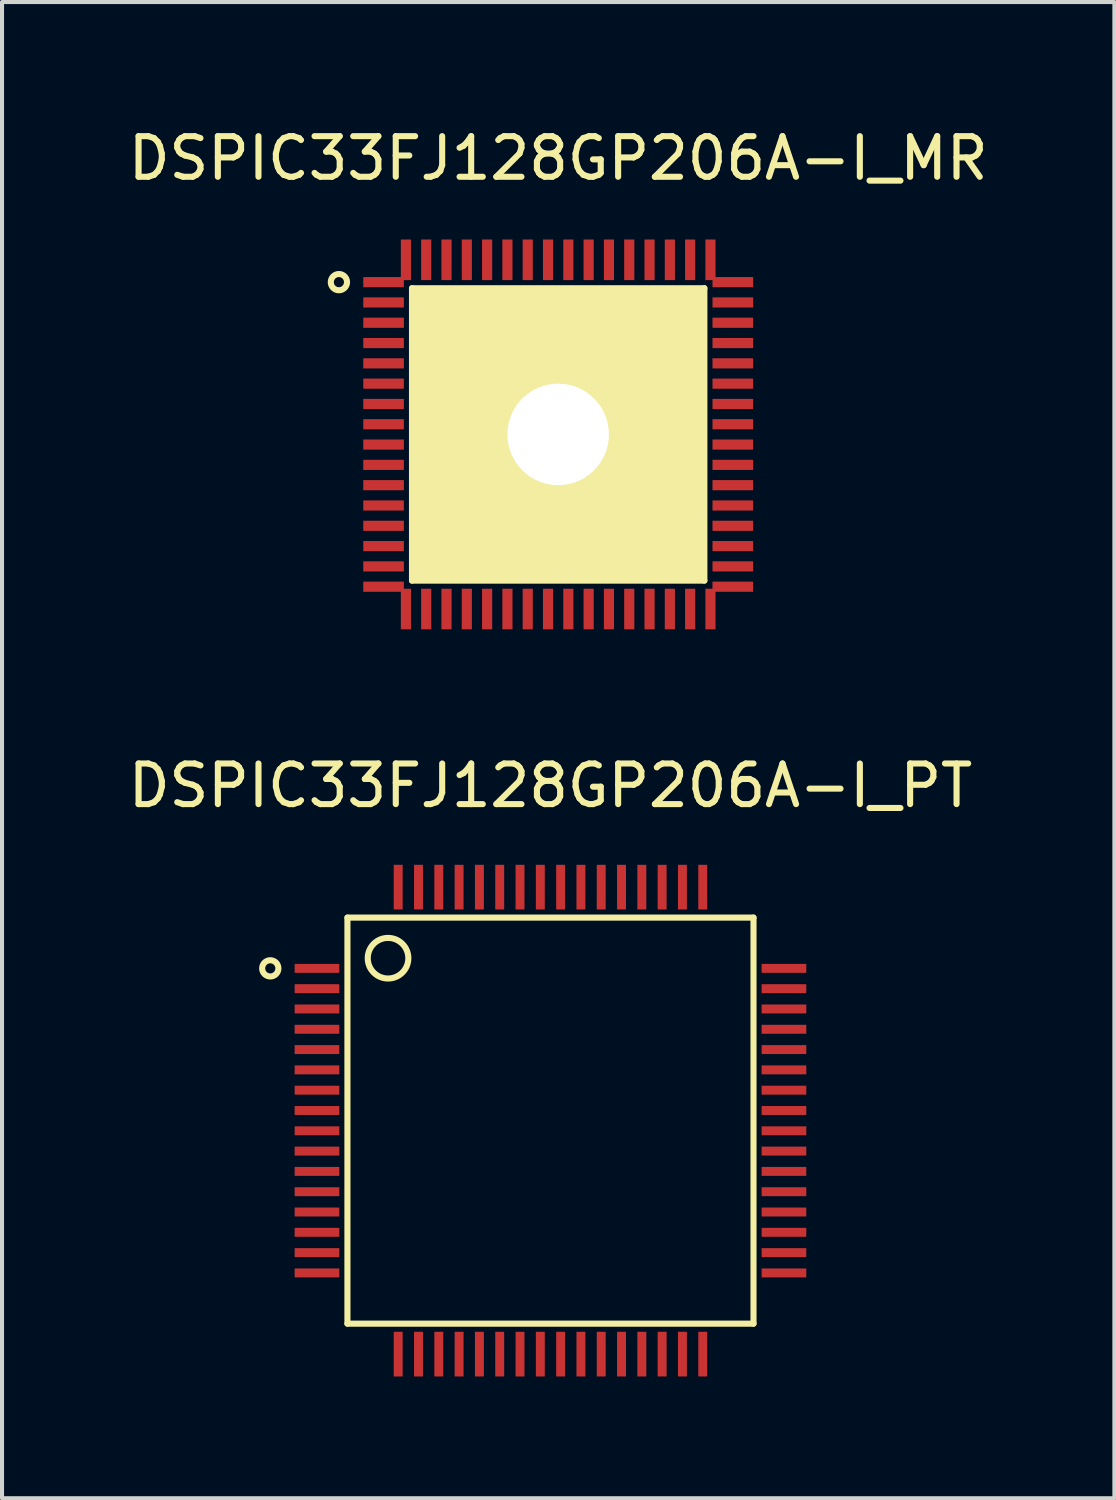
<source format=kicad_pcb>
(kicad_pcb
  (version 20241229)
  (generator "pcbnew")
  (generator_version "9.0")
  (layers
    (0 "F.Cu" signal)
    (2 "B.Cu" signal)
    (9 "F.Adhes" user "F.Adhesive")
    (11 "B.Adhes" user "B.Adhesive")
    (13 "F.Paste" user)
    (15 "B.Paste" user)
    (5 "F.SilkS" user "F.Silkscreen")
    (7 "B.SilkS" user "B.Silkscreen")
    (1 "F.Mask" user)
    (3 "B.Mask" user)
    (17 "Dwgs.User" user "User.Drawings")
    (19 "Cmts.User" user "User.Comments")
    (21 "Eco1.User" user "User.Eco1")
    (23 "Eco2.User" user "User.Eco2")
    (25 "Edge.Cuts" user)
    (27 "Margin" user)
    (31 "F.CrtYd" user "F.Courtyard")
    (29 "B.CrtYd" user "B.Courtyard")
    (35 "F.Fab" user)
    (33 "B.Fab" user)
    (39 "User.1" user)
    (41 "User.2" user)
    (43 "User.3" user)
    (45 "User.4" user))
  (footprint "DSPIC33FJ128GP206A-I_PT"
    (layer "F.Cu")
    (at 4.756 18.797)
    (property "Reference" "DSPIC33FJ128GP206A-I_PT" (at 5.75 -2.5 0) (layer "F.SilkS") (effects (font (size 1 1) (thickness 0.15))))
    (attr through_hole)
    (fp_line (start 0.75 0.75) (end 0.75 10.75) (stroke (width 0.15) (type solid)) (layer "F.SilkS"))
    (fp_line (start 0.75 0.75) (end 10.75 0.75) (stroke (width 0.15) (type solid)) (layer "F.SilkS"))
    (fp_line (start 0.75 10.75) (end 10.75 10.75) (stroke (width 0.15) (type solid)) (layer "F.SilkS"))
    (fp_line (start 10.75 10.75) (end 10.75 0.75) (stroke (width 0.15) (type solid)) (layer "F.SilkS"))
    (fp_circle (center -1.15 2) (end -1.15 1.8) (stroke (width 0.15) (type solid)) (fill no) (layer "F.SilkS"))
    (fp_circle (center 1.75 1.75) (end 1.75 1.25) (stroke (width 0.15) (type solid)) (fill no) (layer "F.SilkS"))
    (pad "1" smd rect (at 0 2) (size 1.1 0.22) (layers "F.Cu" "F.Mask" "F.Paste"))
    (pad "2" smd rect (at 0 2.5) (size 1.1 0.22) (layers "F.Cu" "F.Mask" "F.Paste"))
    (pad "3" smd rect (at 0 3) (size 1.1 0.22) (layers "F.Cu" "F.Mask" "F.Paste"))
    (pad "4" smd rect (at 0 3.5) (size 1.1 0.22) (layers "F.Cu" "F.Mask" "F.Paste"))
    (pad "5" smd rect (at 0 4) (size 1.1 0.22) (layers "F.Cu" "F.Mask" "F.Paste"))
    (pad "6" smd rect (at 0 4.5) (size 1.1 0.22) (layers "F.Cu" "F.Mask" "F.Paste"))
    (pad "7" smd rect (at 0 5) (size 1.1 0.22) (layers "F.Cu" "F.Mask" "F.Paste"))
    (pad "8" smd rect (at 0 5.5) (size 1.1 0.22) (layers "F.Cu" "F.Mask" "F.Paste"))
    (pad "9" smd rect (at 0 6) (size 1.1 0.22) (layers "F.Cu" "F.Mask" "F.Paste"))
    (pad "10" smd rect (at 0 6.5) (size 1.1 0.22) (layers "F.Cu" "F.Mask" "F.Paste"))
    (pad "11" smd rect (at 0 7) (size 1.1 0.22) (layers "F.Cu" "F.Mask" "F.Paste"))
    (pad "12" smd rect (at 0 7.5) (size 1.1 0.22) (layers "F.Cu" "F.Mask" "F.Paste"))
    (pad "13" smd rect (at 0 8) (size 1.1 0.22) (layers "F.Cu" "F.Mask" "F.Paste"))
    (pad "14" smd rect (at 0 8.5) (size 1.1 0.22) (layers "F.Cu" "F.Mask" "F.Paste"))
    (pad "15" smd rect (at 0 9) (size 1.1 0.22) (layers "F.Cu" "F.Mask" "F.Paste"))
    (pad "16" smd rect (at 0 9.5) (size 1.1 0.22) (layers "F.Cu" "F.Mask" "F.Paste"))
    (pad "17" smd rect (at 2 11.5) (size 0.22 1.1) (layers "F.Cu" "F.Mask" "F.Paste"))
    (pad "18" smd rect (at 2.5 11.5) (size 0.22 1.1) (layers "F.Cu" "F.Mask" "F.Paste"))
    (pad "19" smd rect (at 3 11.5) (size 0.22 1.1) (layers "F.Cu" "F.Mask" "F.Paste"))
    (pad "20" smd rect (at 3.5 11.5) (size 0.22 1.1) (layers "F.Cu" "F.Mask" "F.Paste"))
    (pad "21" smd rect (at 4 11.5) (size 0.22 1.1) (layers "F.Cu" "F.Mask" "F.Paste"))
    (pad "22" smd rect (at 4.5 11.5) (size 0.22 1.1) (layers "F.Cu" "F.Mask" "F.Paste"))
    (pad "23" smd rect (at 5 11.5) (size 0.22 1.1) (layers "F.Cu" "F.Mask" "F.Paste"))
    (pad "24" smd rect (at 5.5 11.5) (size 0.22 1.1) (layers "F.Cu" "F.Mask" "F.Paste"))
    (pad "25" smd rect (at 6 11.5) (size 0.22 1.1) (layers "F.Cu" "F.Mask" "F.Paste"))
    (pad "26" smd rect (at 6.5 11.5) (size 0.22 1.1) (layers "F.Cu" "F.Mask" "F.Paste"))
    (pad "27" smd rect (at 7 11.5) (size 0.22 1.1) (layers "F.Cu" "F.Mask" "F.Paste"))
    (pad "28" smd rect (at 7.5 11.5) (size 0.22 1.1) (layers "F.Cu" "F.Mask" "F.Paste"))
    (pad "29" smd rect (at 8 11.5) (size 0.22 1.1) (layers "F.Cu" "F.Mask" "F.Paste"))
    (pad "30" smd rect (at 8.5 11.5) (size 0.22 1.1) (layers "F.Cu" "F.Mask" "F.Paste"))
    (pad "31" smd rect (at 9 11.5) (size 0.22 1.1) (layers "F.Cu" "F.Mask" "F.Paste"))
    (pad "32" smd rect (at 9.5 11.5) (size 0.22 1.1) (layers "F.Cu" "F.Mask" "F.Paste"))
    (pad "33" smd rect (at 11.5 9.5) (size 1.1 0.22) (layers "F.Cu" "F.Mask" "F.Paste"))
    (pad "34" smd rect (at 11.5 9) (size 1.1 0.22) (layers "F.Cu" "F.Mask" "F.Paste"))
    (pad "35" smd rect (at 11.5 8.5) (size 1.1 0.22) (layers "F.Cu" "F.Mask" "F.Paste"))
    (pad "36" smd rect (at 11.5 8) (size 1.1 0.22) (layers "F.Cu" "F.Mask" "F.Paste"))
    (pad "37" smd rect (at 11.5 7.5) (size 1.1 0.22) (layers "F.Cu" "F.Mask" "F.Paste"))
    (pad "38" smd rect (at 11.5 7) (size 1.1 0.22) (layers "F.Cu" "F.Mask" "F.Paste"))
    (pad "39" smd rect (at 11.5 6.5) (size 1.1 0.22) (layers "F.Cu" "F.Mask" "F.Paste"))
    (pad "40" smd rect (at 11.5 6) (size 1.1 0.22) (layers "F.Cu" "F.Mask" "F.Paste"))
    (pad "41" smd rect (at 11.5 5.5) (size 1.1 0.22) (layers "F.Cu" "F.Mask" "F.Paste"))
    (pad "42" smd rect (at 11.5 5) (size 1.1 0.22) (layers "F.Cu" "F.Mask" "F.Paste"))
    (pad "43" smd rect (at 11.5 4.5) (size 1.1 0.22) (layers "F.Cu" "F.Mask" "F.Paste"))
    (pad "44" smd rect (at 11.5 4) (size 1.1 0.22) (layers "F.Cu" "F.Mask" "F.Paste"))
    (pad "45" smd rect (at 11.5 3.5) (size 1.1 0.22) (layers "F.Cu" "F.Mask" "F.Paste"))
    (pad "46" smd rect (at 11.5 3) (size 1.1 0.22) (layers "F.Cu" "F.Mask" "F.Paste"))
    (pad "47" smd rect (at 11.5 2.5) (size 1.1 0.22) (layers "F.Cu" "F.Mask" "F.Paste"))
    (pad "48" smd rect (at 11.5 2) (size 1.1 0.22) (layers "F.Cu" "F.Mask" "F.Paste"))
    (pad "49" smd rect (at 9.5 0) (size 0.22 1.1) (layers "F.Cu" "F.Mask" "F.Paste"))
    (pad "50" smd rect (at 9 0) (size 0.22 1.1) (layers "F.Cu" "F.Mask" "F.Paste"))
    (pad "51" smd rect (at 8.5 0) (size 0.22 1.1) (layers "F.Cu" "F.Mask" "F.Paste"))
    (pad "52" smd rect (at 8 0) (size 0.22 1.1) (layers "F.Cu" "F.Mask" "F.Paste"))
    (pad "53" smd rect (at 7.5 0) (size 0.22 1.1) (layers "F.Cu" "F.Mask" "F.Paste"))
    (pad "54" smd rect (at 7 0) (size 0.22 1.1) (layers "F.Cu" "F.Mask" "F.Paste"))
    (pad "55" smd rect (at 6.5 0) (size 0.22 1.1) (layers "F.Cu" "F.Mask" "F.Paste"))
    (pad "56" smd rect (at 6 0) (size 0.22 1.1) (layers "F.Cu" "F.Mask" "F.Paste"))
    (pad "57" smd rect (at 5.5 0) (size 0.22 1.1) (layers "F.Cu" "F.Mask" "F.Paste"))
    (pad "58" smd rect (at 5 0) (size 0.22 1.1) (layers "F.Cu" "F.Mask" "F.Paste"))
    (pad "59" smd rect (at 4.5 0) (size 0.22 1.1) (layers "F.Cu" "F.Mask" "F.Paste"))
    (pad "60" smd rect (at 4 0) (size 0.22 1.1) (layers "F.Cu" "F.Mask" "F.Paste"))
    (pad "61" smd rect (at 3.5 0) (size 0.22 1.1) (layers "F.Cu" "F.Mask" "F.Paste"))
    (pad "62" smd rect (at 3 0) (size 0.22 1.1) (layers "F.Cu" "F.Mask" "F.Paste"))
    (pad "63" smd rect (at 2.5 0) (size 0.22 1.1) (layers "F.Cu" "F.Mask" "F.Paste"))
    (pad "64" smd rect (at 2 0) (size 0.22 1.1) (layers "F.Cu" "F.Mask" "F.Paste")))
  (footprint "DSPIC33FJ128GP206A-I_MR"
    (layer "F.Cu")
    (at 6.396 3.348)
    (property "Reference" "DSPIC33FJ128GP206A-I_MR" (at 4.3 -2.5 0) (layer "F.SilkS") (effects (font (size 1 1) (thickness 0.15))))
    (attr through_hole)
    (fp_line (start 0.7 0.7) (end 0.7 7.9) (stroke (width 0.15) (type solid)) (layer "F.SilkS"))
    (fp_line (start 0.7 0.7) (end 7.9 0.7) (stroke (width 0.15) (type solid)) (layer "F.SilkS"))
    (fp_line (start 0.7 7.9) (end 7.9 7.9) (stroke (width 0.15) (type solid)) (layer "F.SilkS"))
    (fp_line (start 7.9 7.9) (end 7.9 0.7) (stroke (width 0.15) (type solid)) (layer "F.SilkS"))
    (fp_circle (center -1.1 0.55) (end -1.1 0.35) (stroke (width 0.15) (type solid)) (fill no) (layer "F.SilkS"))
    (fp_circle (center 1.7 1.7) (end 1.7 1.2) (stroke (width 0.15) (type solid)) (fill no) (layer "F.SilkS"))
    (pad "1" smd rect (at 0 0.55) (size 1 0.25) (layers "F.Cu" "F.Mask" "F.Paste"))
    (pad "2" smd rect (at 0 1.05) (size 1 0.25) (layers "F.Cu" "F.Mask" "F.Paste"))
    (pad "3" smd rect (at 0 1.55) (size 1 0.25) (layers "F.Cu" "F.Mask" "F.Paste"))
    (pad "4" smd rect (at 0 2.05) (size 1 0.25) (layers "F.Cu" "F.Mask" "F.Paste"))
    (pad "5" smd rect (at 0 2.55) (size 1 0.25) (layers "F.Cu" "F.Mask" "F.Paste"))
    (pad "6" smd rect (at 0 3.05) (size 1 0.25) (layers "F.Cu" "F.Mask" "F.Paste"))
    (pad "7" smd rect (at 0 3.55) (size 1 0.25) (layers "F.Cu" "F.Mask" "F.Paste"))
    (pad "8" smd rect (at 0 4.05) (size 1 0.25) (layers "F.Cu" "F.Mask" "F.Paste"))
    (pad "9" smd rect (at 0 4.55) (size 1 0.25) (layers "F.Cu" "F.Mask" "F.Paste"))
    (pad "10" smd rect (at 0 5.05) (size 1 0.25) (layers "F.Cu" "F.Mask" "F.Paste"))
    (pad "11" smd rect (at 0 5.55) (size 1 0.25) (layers "F.Cu" "F.Mask" "F.Paste"))
    (pad "12" smd rect (at 0 6.05) (size 1 0.25) (layers "F.Cu" "F.Mask" "F.Paste"))
    (pad "13" smd rect (at 0 6.55) (size 1 0.25) (layers "F.Cu" "F.Mask" "F.Paste"))
    (pad "14" smd rect (at 0 7.05) (size 1 0.25) (layers "F.Cu" "F.Mask" "F.Paste"))
    (pad "15" smd rect (at 0 7.55) (size 1 0.25) (layers "F.Cu" "F.Mask" "F.Paste"))
    (pad "16" smd rect (at 0 8.05) (size 1 0.25) (layers "F.Cu" "F.Mask" "F.Paste"))
    (pad "17" smd rect (at 0.55 8.6) (size 0.25 1) (layers "F.Cu" "F.Mask" "F.Paste"))
    (pad "18" smd rect (at 1.05 8.6) (size 0.25 1) (layers "F.Cu" "F.Mask" "F.Paste"))
    (pad "19" smd rect (at 1.55 8.6) (size 0.25 1) (layers "F.Cu" "F.Mask" "F.Paste"))
    (pad "20" smd rect (at 2.05 8.6) (size 0.25 1) (layers "F.Cu" "F.Mask" "F.Paste"))
    (pad "21" smd rect (at 2.55 8.6) (size 0.25 1) (layers "F.Cu" "F.Mask" "F.Paste"))
    (pad "22" smd rect (at 3.05 8.6) (size 0.25 1) (layers "F.Cu" "F.Mask" "F.Paste"))
    (pad "23" smd rect (at 3.55 8.6) (size 0.25 1) (layers "F.Cu" "F.Mask" "F.Paste"))
    (pad "24" smd rect (at 4.05 8.6) (size 0.25 1) (layers "F.Cu" "F.Mask" "F.Paste"))
    (pad "25" smd rect (at 4.55 8.6) (size 0.25 1) (layers "F.Cu" "F.Mask" "F.Paste"))
    (pad "26" smd rect (at 5.05 8.6) (size 0.25 1) (layers "F.Cu" "F.Mask" "F.Paste"))
    (pad "27" smd rect (at 5.55 8.6) (size 0.25 1) (layers "F.Cu" "F.Mask" "F.Paste"))
    (pad "28" smd rect (at 6.05 8.6) (size 0.25 1) (layers "F.Cu" "F.Mask" "F.Paste"))
    (pad "29" smd rect (at 6.55 8.6) (size 0.25 1) (layers "F.Cu" "F.Mask" "F.Paste"))
    (pad "30" smd rect (at 7.05 8.6) (size 0.25 1) (layers "F.Cu" "F.Mask" "F.Paste"))
    (pad "31" smd rect (at 7.55 8.6) (size 0.25 1) (layers "F.Cu" "F.Mask" "F.Paste"))
    (pad "32" smd rect (at 8.05 8.6) (size 0.25 1) (layers "F.Cu" "F.Mask" "F.Paste"))
    (pad "33" smd rect (at 8.6 8.05) (size 1 0.25) (layers "F.Cu" "F.Mask" "F.Paste"))
    (pad "34" smd rect (at 8.6 7.55) (size 1 0.25) (layers "F.Cu" "F.Mask" "F.Paste"))
    (pad "35" smd rect (at 8.6 7.05) (size 1 0.25) (layers "F.Cu" "F.Mask" "F.Paste"))
    (pad "36" smd rect (at 8.6 6.55) (size 1 0.25) (layers "F.Cu" "F.Mask" "F.Paste"))
    (pad "37" smd rect (at 8.6 6.05) (size 1 0.25) (layers "F.Cu" "F.Mask" "F.Paste"))
    (pad "38" smd rect (at 8.6 5.55) (size 1 0.25) (layers "F.Cu" "F.Mask" "F.Paste"))
    (pad "39" smd rect (at 8.6 5.05) (size 1 0.25) (layers "F.Cu" "F.Mask" "F.Paste"))
    (pad "40" smd rect (at 8.6 4.55) (size 1 0.25) (layers "F.Cu" "F.Mask" "F.Paste"))
    (pad "41" smd rect (at 8.6 4.05) (size 1 0.25) (layers "F.Cu" "F.Mask" "F.Paste"))
    (pad "42" smd rect (at 8.6 3.55) (size 1 0.25) (layers "F.Cu" "F.Mask" "F.Paste"))
    (pad "43" smd rect (at 8.6 3.05) (size 1 0.25) (layers "F.Cu" "F.Mask" "F.Paste"))
    (pad "44" smd rect (at 8.6 2.55) (size 1 0.25) (layers "F.Cu" "F.Mask" "F.Paste"))
    (pad "45" smd rect (at 8.6 2.05) (size 1 0.25) (layers "F.Cu" "F.Mask" "F.Paste"))
    (pad "46" smd rect (at 8.6 1.55) (size 1 0.25) (layers "F.Cu" "F.Mask" "F.Paste"))
    (pad "47" smd rect (at 8.6 1.05) (size 1 0.25) (layers "F.Cu" "F.Mask" "F.Paste"))
    (pad "48" smd rect (at 8.6 0.55) (size 1 0.25) (layers "F.Cu" "F.Mask" "F.Paste"))
    (pad "49" smd rect (at 8.05 0) (size 0.25 1) (layers "F.Cu" "F.Mask" "F.Paste"))
    (pad "50" smd rect (at 7.55 0) (size 0.25 1) (layers "F.Cu" "F.Mask" "F.Paste"))
    (pad "51" smd rect (at 7.05 0) (size 0.25 1) (layers "F.Cu" "F.Mask" "F.Paste"))
    (pad "52" smd rect (at 6.55 0) (size 0.25 1) (layers "F.Cu" "F.Mask" "F.Paste"))
    (pad "53" smd rect (at 6.05 0) (size 0.25 1) (layers "F.Cu" "F.Mask" "F.Paste"))
    (pad "54" smd rect (at 5.55 0) (size 0.25 1) (layers "F.Cu" "F.Mask" "F.Paste"))
    (pad "55" smd rect (at 5.05 0) (size 0.25 1) (layers "F.Cu" "F.Mask" "F.Paste"))
    (pad "56" smd rect (at 4.55 0) (size 0.25 1) (layers "F.Cu" "F.Mask" "F.Paste"))
    (pad "57" smd rect (at 4.05 0) (size 0.25 1) (layers "F.Cu" "F.Mask" "F.Paste"))
    (pad "58" smd rect (at 3.55 0) (size 0.25 1) (layers "F.Cu" "F.Mask" "F.Paste"))
    (pad "59" smd rect (at 3.05 0) (size 0.25 1) (layers "F.Cu" "F.Mask" "F.Paste"))
    (pad "60" smd rect (at 2.55 0) (size 0.25 1) (layers "F.Cu" "F.Mask" "F.Paste"))
    (pad "61" smd rect (at 2.05 0) (size 0.25 1) (layers "F.Cu" "F.Mask" "F.Paste"))
    (pad "62" smd rect (at 1.55 0) (size 0.25 1) (layers "F.Cu" "F.Mask" "F.Paste"))
    (pad "63" smd rect (at 1.05 0) (size 0.25 1) (layers "F.Cu" "F.Mask" "F.Paste"))
    (pad "64" smd rect (at 0.55 0) (size 0.25 1) (layers "F.Cu" "F.Mask" "F.Paste"))
    (pad "999" thru_hole rect (at 4.3 4.3) (size 7.15 7.15) (drill 2.5) (layers "*.Cu" "*.Mask" "F.SilkS")))
  (gr_rect
    (start -3 -3)
    (end 24.393 33.846)
    (stroke (width 0.1) (type default))
    (fill no)
    (layer "Edge.Cuts")))
</source>
